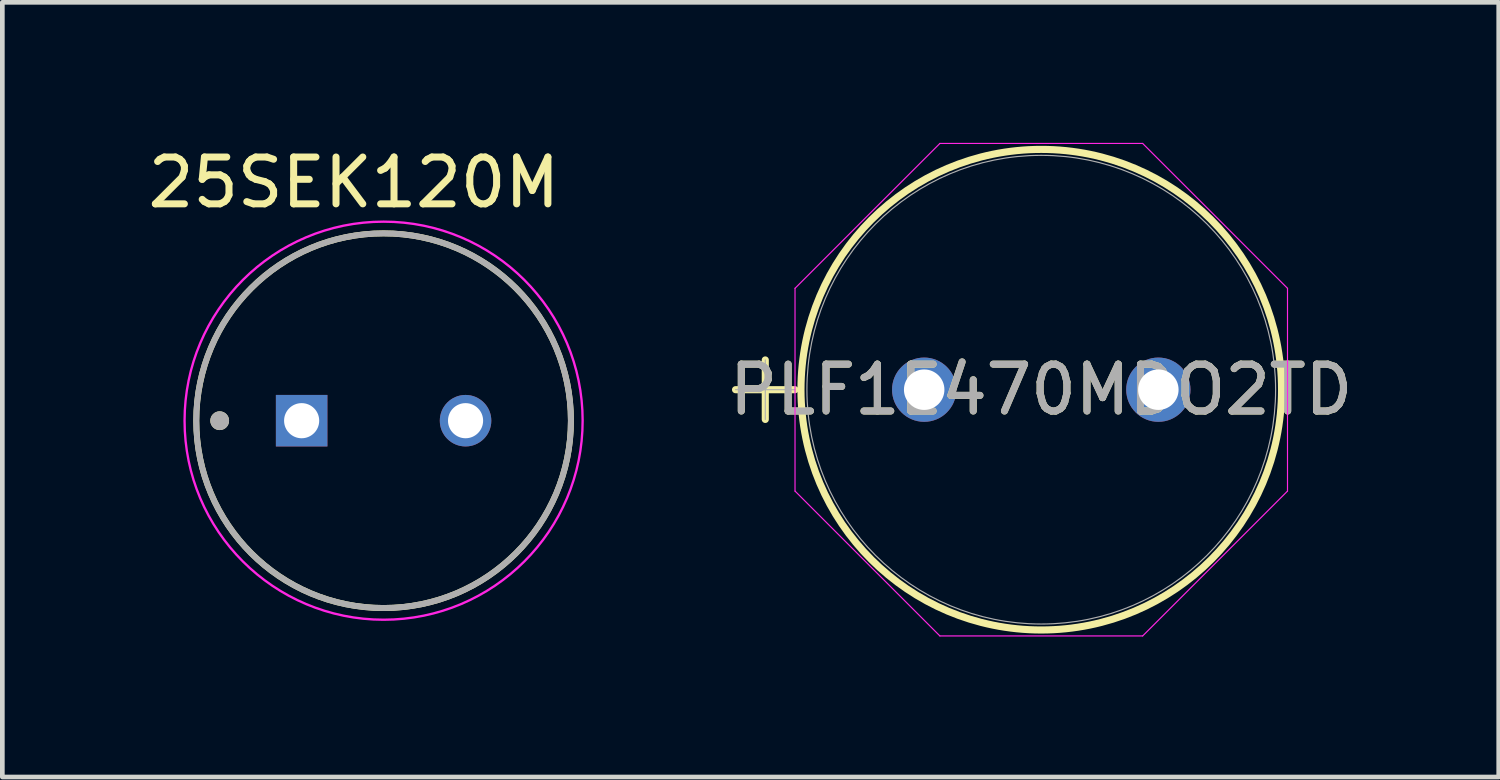
<source format=kicad_pcb>
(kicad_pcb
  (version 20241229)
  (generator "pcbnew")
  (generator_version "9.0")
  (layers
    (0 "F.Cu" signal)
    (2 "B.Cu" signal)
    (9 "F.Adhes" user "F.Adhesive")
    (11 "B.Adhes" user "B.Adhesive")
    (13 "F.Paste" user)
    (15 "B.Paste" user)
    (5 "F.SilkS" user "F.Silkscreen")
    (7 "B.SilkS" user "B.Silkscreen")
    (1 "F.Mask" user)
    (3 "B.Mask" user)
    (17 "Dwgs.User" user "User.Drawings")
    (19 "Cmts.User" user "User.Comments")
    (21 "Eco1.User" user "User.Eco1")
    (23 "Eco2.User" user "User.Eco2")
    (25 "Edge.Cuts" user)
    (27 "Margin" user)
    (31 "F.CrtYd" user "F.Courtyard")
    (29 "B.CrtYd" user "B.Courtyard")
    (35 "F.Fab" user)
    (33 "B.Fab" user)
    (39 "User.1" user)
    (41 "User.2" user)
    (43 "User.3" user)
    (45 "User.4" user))
  (footprint "PLF1E470MDO2TD"
    (layer "F.Cu")
    (at 16.684 5.271)
    (property "Reference" "PLF1E470MDO2TD" (at 2.5 0 0) (unlocked yes) (layer "F.SilkS") (effects (font (size 1 1) (thickness 0.15))))
    (attr through_hole)
    (fp_line (start -4.028 0) (end -2.758 0) (stroke (width 0.152) (type solid)) (layer "F.SilkS"))
    (fp_line (start -3.393 -0.635) (end -3.393 0.635) (stroke (width 0.152) (type solid)) (layer "F.SilkS"))
    (fp_circle (center 2.5 0) (end 7.631 0) (stroke (width 0.152) (type solid)) (fill no) (layer "F.SilkS"))
    (fp_line (start -2.758 -2.165) (end 0.335 -5.258) (stroke (width 0.025) (type solid)) (layer "F.CrtYd"))
    (fp_line (start -2.758 2.165) (end -2.758 -2.165) (stroke (width 0.025) (type solid)) (layer "F.CrtYd"))
    (fp_line (start 0.335 -5.258) (end 4.665 -5.258) (stroke (width 0.025) (type solid)) (layer "F.CrtYd"))
    (fp_line (start 0.335 5.258) (end -2.758 2.165) (stroke (width 0.025) (type solid)) (layer "F.CrtYd"))
    (fp_line (start 4.665 -5.258) (end 7.758 -2.165) (stroke (width 0.025) (type solid)) (layer "F.CrtYd"))
    (fp_line (start 4.665 5.258) (end 0.335 5.258) (stroke (width 0.025) (type solid)) (layer "F.CrtYd"))
    (fp_line (start 7.758 -2.165) (end 7.758 2.165) (stroke (width 0.025) (type solid)) (layer "F.CrtYd"))
    (fp_line (start 7.758 2.165) (end 4.665 5.258) (stroke (width 0.025) (type solid)) (layer "F.CrtYd"))
    (fp_line (start -4.028 0) (end -2.758 0) (stroke (width 0.025) (type solid)) (layer "F.Fab"))
    (fp_line (start -3.393 -0.635) (end -3.393 0.635) (stroke (width 0.025) (type solid)) (layer "F.Fab"))
    (fp_circle (center 2.5 0) (end 7.504 0) (stroke (width 0.025) (type solid)) (fill no) (layer "F.Fab"))
    (fp_text user "${REFERENCE}" (at 2.5 0 0) (unlocked yes) (layer "F.Fab") (effects (font (size 1 1) (thickness 0.15))))
    (pad "1" thru_hole circle (at 0 0) (size 1.372 1.372) (drill 0.864) (layers "*.Cu" "*.Mask"))
    (pad "2" thru_hole circle (at 5 0) (size 1.372 1.372) (drill 0.864) (layers "*.Cu" "*.Mask")))
  (footprint "25SEK120M"
    (layer "F.Cu")
    (at 5.141 5.933)
    (property "Reference" "25SEK120M" (at -0.635 -5.085 0) (layer "F.SilkS") (effects (font (size 1 1) (thickness 0.15))))
    (attr through_hole)
    (fp_circle (center -3.5 0) (end -3.4 0) (stroke (width 0.2) (type solid)) (fill no) (layer "F.SilkS"))
    (fp_circle (center 0 0) (end 4 0) (stroke (width 0.127) (type solid)) (fill no) (layer "F.SilkS"))
    (fp_circle (center 0 0) (end 4.25 0) (stroke (width 0.05) (type solid)) (fill no) (layer "F.CrtYd"))
    (fp_circle (center -3.5 0) (end -3.4 0) (stroke (width 0.2) (type solid)) (fill no) (layer "F.Fab"))
    (fp_circle (center 0 0) (end 4 0) (stroke (width 0.127) (type solid)) (fill no) (layer "F.Fab"))
    (pad "1" thru_hole rect (at -1.75 0) (size 1.1 1.1) (drill 0.75) (layers "*.Cu" "*.Mask"))
    (pad "2" thru_hole circle (at 1.75 0) (size 1.1 1.1) (drill 0.75) (layers "*.Cu" "*.Mask")))
  (gr_rect
    (start -3 -3)
    (end 28.952 13.541)
    (stroke (width 0.1) (type default))
    (fill no)
    (layer "Edge.Cuts")))
</source>
